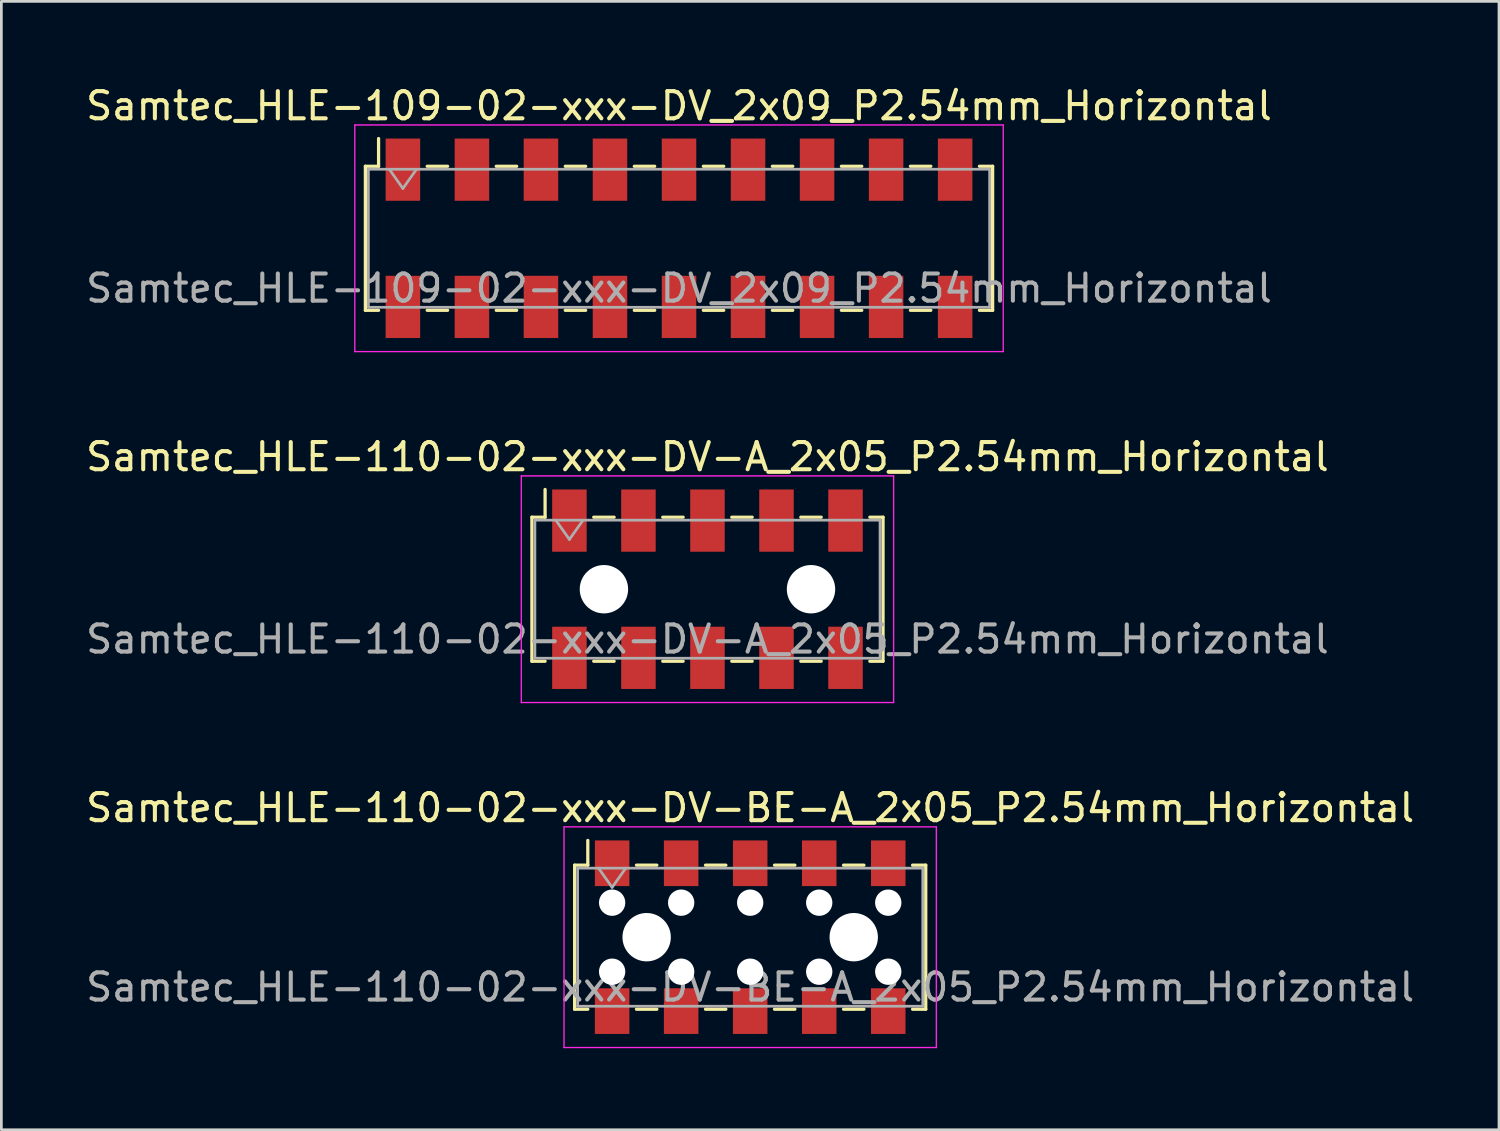
<source format=kicad_pcb>
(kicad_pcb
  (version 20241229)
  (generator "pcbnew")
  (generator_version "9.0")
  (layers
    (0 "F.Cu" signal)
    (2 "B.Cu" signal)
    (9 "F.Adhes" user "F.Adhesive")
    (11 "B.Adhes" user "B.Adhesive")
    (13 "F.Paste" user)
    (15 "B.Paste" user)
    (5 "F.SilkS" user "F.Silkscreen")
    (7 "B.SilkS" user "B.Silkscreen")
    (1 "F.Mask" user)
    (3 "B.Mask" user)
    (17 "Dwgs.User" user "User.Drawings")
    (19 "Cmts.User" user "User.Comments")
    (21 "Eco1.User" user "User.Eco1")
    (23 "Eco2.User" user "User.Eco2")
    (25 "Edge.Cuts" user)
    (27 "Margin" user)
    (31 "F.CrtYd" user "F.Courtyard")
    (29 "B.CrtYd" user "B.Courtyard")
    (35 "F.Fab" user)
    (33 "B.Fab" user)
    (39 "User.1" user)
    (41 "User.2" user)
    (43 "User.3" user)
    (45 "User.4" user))
  (footprint "Samtec_HLE-109-02-xxx-DV_2x09_P2.54mm_Horizontal"
    (layer "F.Cu")
    (at 21.935 5.718)
    (property "Reference" "Samtec_HLE-109-02-xxx-DV_2x09_P2.54mm_Horizontal" (at 0 -4.87 0) (layer "F.SilkS") (effects (font (size 1 1) (thickness 0.15))))
    (attr smd)
    (fp_line (start -11.54 -2.65) (end -11.54 2.65) (stroke (width 0.12) (type solid)) (layer "F.SilkS"))
    (fp_line (start -11.54 2.65) (end -11.055 2.65) (stroke (width 0.12) (type solid)) (layer "F.SilkS"))
    (fp_line (start -11.055 -3.67) (end -11.055 -2.65) (stroke (width 0.12) (type solid)) (layer "F.SilkS"))
    (fp_line (start -11.055 -2.65) (end -11.54 -2.65) (stroke (width 0.12) (type solid)) (layer "F.SilkS"))
    (fp_line (start -9.265 -2.65) (end -8.515 -2.65) (stroke (width 0.12) (type solid)) (layer "F.SilkS"))
    (fp_line (start -9.265 2.65) (end -8.515 2.65) (stroke (width 0.12) (type solid)) (layer "F.SilkS"))
    (fp_line (start -6.725 -2.65) (end -5.975 -2.65) (stroke (width 0.12) (type solid)) (layer "F.SilkS"))
    (fp_line (start -6.725 2.65) (end -5.975 2.65) (stroke (width 0.12) (type solid)) (layer "F.SilkS"))
    (fp_line (start -4.185 -2.65) (end -3.435 -2.65) (stroke (width 0.12) (type solid)) (layer "F.SilkS"))
    (fp_line (start -4.185 2.65) (end -3.435 2.65) (stroke (width 0.12) (type solid)) (layer "F.SilkS"))
    (fp_line (start -1.645 -2.65) (end -0.895 -2.65) (stroke (width 0.12) (type solid)) (layer "F.SilkS"))
    (fp_line (start -1.645 2.65) (end -0.895 2.65) (stroke (width 0.12) (type solid)) (layer "F.SilkS"))
    (fp_line (start 0.895 -2.65) (end 1.645 -2.65) (stroke (width 0.12) (type solid)) (layer "F.SilkS"))
    (fp_line (start 0.895 2.65) (end 1.645 2.65) (stroke (width 0.12) (type solid)) (layer "F.SilkS"))
    (fp_line (start 3.435 -2.65) (end 4.185 -2.65) (stroke (width 0.12) (type solid)) (layer "F.SilkS"))
    (fp_line (start 3.435 2.65) (end 4.185 2.65) (stroke (width 0.12) (type solid)) (layer "F.SilkS"))
    (fp_line (start 5.975 -2.65) (end 6.725 -2.65) (stroke (width 0.12) (type solid)) (layer "F.SilkS"))
    (fp_line (start 5.975 2.65) (end 6.725 2.65) (stroke (width 0.12) (type solid)) (layer "F.SilkS"))
    (fp_line (start 8.515 -2.65) (end 9.265 -2.65) (stroke (width 0.12) (type solid)) (layer "F.SilkS"))
    (fp_line (start 8.515 2.65) (end 9.265 2.65) (stroke (width 0.12) (type solid)) (layer "F.SilkS"))
    (fp_line (start 11.055 -2.65) (end 11.54 -2.65) (stroke (width 0.12) (type solid)) (layer "F.SilkS"))
    (fp_line (start 11.54 -2.65) (end 11.54 2.65) (stroke (width 0.12) (type solid)) (layer "F.SilkS"))
    (fp_line (start 11.54 2.65) (end 11.055 2.65) (stroke (width 0.12) (type solid)) (layer "F.SilkS"))
    (fp_line (start -11.93 -4.17) (end 11.93 -4.17) (stroke (width 0.05) (type solid)) (layer "F.CrtYd"))
    (fp_line (start -11.93 4.17) (end -11.93 -4.17) (stroke (width 0.05) (type solid)) (layer "F.CrtYd"))
    (fp_line (start 11.93 -4.17) (end 11.93 4.17) (stroke (width 0.05) (type solid)) (layer "F.CrtYd"))
    (fp_line (start 11.93 4.17) (end -11.93 4.17) (stroke (width 0.05) (type solid)) (layer "F.CrtYd"))
    (fp_line (start -11.43 -2.54) (end 11.43 -2.54) (stroke (width 0.1) (type solid)) (layer "F.Fab"))
    (fp_line (start -11.43 2.54) (end -11.43 -2.54) (stroke (width 0.1) (type solid)) (layer "F.Fab"))
    (fp_line (start -10.66 -2.54) (end -10.16 -1.833) (stroke (width 0.1) (type solid)) (layer "F.Fab"))
    (fp_line (start -10.16 -1.833) (end -9.66 -2.54) (stroke (width 0.1) (type solid)) (layer "F.Fab"))
    (fp_line (start 11.43 -2.54) (end 11.43 2.54) (stroke (width 0.1) (type solid)) (layer "F.Fab"))
    (fp_line (start 11.43 2.54) (end -11.43 2.54) (stroke (width 0.1) (type solid)) (layer "F.Fab"))
    (fp_text user "${REFERENCE}" (at 0 1.84 0) (layer "F.Fab") (effects (font (size 1 1) (thickness 0.15))))
    (pad "1" smd rect (at -10.16 -2.525) (size 1.27 2.29) (layers "F.Cu" "F.Mask" "F.Paste"))
    (pad "2" smd rect (at -10.16 2.525) (size 1.27 2.29) (layers "F.Cu" "F.Mask" "F.Paste"))
    (pad "3" smd rect (at -7.62 -2.525) (size 1.27 2.29) (layers "F.Cu" "F.Mask" "F.Paste"))
    (pad "4" smd rect (at -7.62 2.525) (size 1.27 2.29) (layers "F.Cu" "F.Mask" "F.Paste"))
    (pad "5" smd rect (at -5.08 -2.525) (size 1.27 2.29) (layers "F.Cu" "F.Mask" "F.Paste"))
    (pad "6" smd rect (at -5.08 2.525) (size 1.27 2.29) (layers "F.Cu" "F.Mask" "F.Paste"))
    (pad "7" smd rect (at -2.54 -2.525) (size 1.27 2.29) (layers "F.Cu" "F.Mask" "F.Paste"))
    (pad "8" smd rect (at -2.54 2.525) (size 1.27 2.29) (layers "F.Cu" "F.Mask" "F.Paste"))
    (pad "9" smd rect (at 0 -2.525) (size 1.27 2.29) (layers "F.Cu" "F.Mask" "F.Paste"))
    (pad "10" smd rect (at 0 2.525) (size 1.27 2.29) (layers "F.Cu" "F.Mask" "F.Paste"))
    (pad "11" smd rect (at 2.54 -2.525) (size 1.27 2.29) (layers "F.Cu" "F.Mask" "F.Paste"))
    (pad "12" smd rect (at 2.54 2.525) (size 1.27 2.29) (layers "F.Cu" "F.Mask" "F.Paste"))
    (pad "13" smd rect (at 5.08 -2.525) (size 1.27 2.29) (layers "F.Cu" "F.Mask" "F.Paste"))
    (pad "14" smd rect (at 5.08 2.525) (size 1.27 2.29) (layers "F.Cu" "F.Mask" "F.Paste"))
    (pad "15" smd rect (at 7.62 -2.525) (size 1.27 2.29) (layers "F.Cu" "F.Mask" "F.Paste"))
    (pad "16" smd rect (at 7.62 2.525) (size 1.27 2.29) (layers "F.Cu" "F.Mask" "F.Paste"))
    (pad "17" smd rect (at 10.16 -2.525) (size 1.27 2.29) (layers "F.Cu" "F.Mask" "F.Paste"))
    (pad "18" smd rect (at 10.16 2.525) (size 1.27 2.29) (layers "F.Cu" "F.Mask" "F.Paste")))
  (footprint "Samtec_HLE-110-02-xxx-DV-BE-A_2x05_P2.54mm_Horizontal"
    (layer "F.Cu")
    (at 24.554 31.435)
    (property "Reference" "Samtec_HLE-110-02-xxx-DV-BE-A_2x05_P2.54mm_Horizontal" (at 0 -4.76 0) (layer "F.SilkS") (effects (font (size 1 1) (thickness 0.15))))
    (attr smd)
    (fp_line (start -6.46 -2.65) (end -6.46 2.65) (stroke (width 0.12) (type solid)) (layer "F.SilkS"))
    (fp_line (start -6.46 2.65) (end -5.975 2.65) (stroke (width 0.12) (type solid)) (layer "F.SilkS"))
    (fp_line (start -5.975 -3.56) (end -5.975 -2.65) (stroke (width 0.12) (type solid)) (layer "F.SilkS"))
    (fp_line (start -5.975 -2.65) (end -6.46 -2.65) (stroke (width 0.12) (type solid)) (layer "F.SilkS"))
    (fp_line (start -4.185 -2.65) (end -3.435 -2.65) (stroke (width 0.12) (type solid)) (layer "F.SilkS"))
    (fp_line (start -4.185 2.65) (end -3.435 2.65) (stroke (width 0.12) (type solid)) (layer "F.SilkS"))
    (fp_line (start -1.645 -2.65) (end -0.895 -2.65) (stroke (width 0.12) (type solid)) (layer "F.SilkS"))
    (fp_line (start -1.645 2.65) (end -0.895 2.65) (stroke (width 0.12) (type solid)) (layer "F.SilkS"))
    (fp_line (start 0.895 -2.65) (end 1.645 -2.65) (stroke (width 0.12) (type solid)) (layer "F.SilkS"))
    (fp_line (start 0.895 2.65) (end 1.645 2.65) (stroke (width 0.12) (type solid)) (layer "F.SilkS"))
    (fp_line (start 3.435 -2.65) (end 4.185 -2.65) (stroke (width 0.12) (type solid)) (layer "F.SilkS"))
    (fp_line (start 3.435 2.65) (end 4.185 2.65) (stroke (width 0.12) (type solid)) (layer "F.SilkS"))
    (fp_line (start 5.975 -2.65) (end 6.46 -2.65) (stroke (width 0.12) (type solid)) (layer "F.SilkS"))
    (fp_line (start 6.46 -2.65) (end 6.46 2.65) (stroke (width 0.12) (type solid)) (layer "F.SilkS"))
    (fp_line (start 6.46 2.65) (end 5.975 2.65) (stroke (width 0.12) (type solid)) (layer "F.SilkS"))
    (fp_line (start -6.85 -4.06) (end 6.85 -4.06) (stroke (width 0.05) (type solid)) (layer "F.CrtYd"))
    (fp_line (start -6.85 4.06) (end -6.85 -4.06) (stroke (width 0.05) (type solid)) (layer "F.CrtYd"))
    (fp_line (start 6.85 -4.06) (end 6.85 4.06) (stroke (width 0.05) (type solid)) (layer "F.CrtYd"))
    (fp_line (start 6.85 4.06) (end -6.85 4.06) (stroke (width 0.05) (type solid)) (layer "F.CrtYd"))
    (fp_line (start -6.35 -2.54) (end 6.35 -2.54) (stroke (width 0.1) (type solid)) (layer "F.Fab"))
    (fp_line (start -6.35 2.54) (end -6.35 -2.54) (stroke (width 0.1) (type solid)) (layer "F.Fab"))
    (fp_line (start -5.58 -2.54) (end -5.08 -1.833) (stroke (width 0.1) (type solid)) (layer "F.Fab"))
    (fp_line (start -5.08 -1.833) (end -4.58 -2.54) (stroke (width 0.1) (type solid)) (layer "F.Fab"))
    (fp_line (start 6.35 -2.54) (end 6.35 2.54) (stroke (width 0.1) (type solid)) (layer "F.Fab"))
    (fp_line (start 6.35 2.54) (end -6.35 2.54) (stroke (width 0.1) (type solid)) (layer "F.Fab"))
    (fp_text user "${REFERENCE}" (at 0 1.84 0) (layer "F.Fab") (effects (font (size 1 1) (thickness 0.15))))
    (pad "" np_thru_hole circle (at -5.08 -1.27) (size 0.97 0.97) (drill 0.97) (layers "*.Cu" "*.Mask"))
    (pad "" np_thru_hole circle (at -5.08 1.27) (size 0.97 0.97) (drill 0.97) (layers "*.Cu" "*.Mask"))
    (pad "" np_thru_hole circle (at -3.81 0) (size 1.78 1.78) (drill 1.78) (layers "*.Cu" "*.Mask"))
    (pad "" np_thru_hole circle (at -2.54 -1.27) (size 0.97 0.97) (drill 0.97) (layers "*.Cu" "*.Mask"))
    (pad "" np_thru_hole circle (at -2.54 1.27) (size 0.97 0.97) (drill 0.97) (layers "*.Cu" "*.Mask"))
    (pad "" np_thru_hole circle (at 0 -1.27) (size 0.97 0.97) (drill 0.97) (layers "*.Cu" "*.Mask"))
    (pad "" np_thru_hole circle (at 0 1.27) (size 0.97 0.97) (drill 0.97) (layers "*.Cu" "*.Mask"))
    (pad "" np_thru_hole circle (at 2.54 -1.27) (size 0.97 0.97) (drill 0.97) (layers "*.Cu" "*.Mask"))
    (pad "" np_thru_hole circle (at 2.54 1.27) (size 0.97 0.97) (drill 0.97) (layers "*.Cu" "*.Mask"))
    (pad "" np_thru_hole circle (at 3.81 0) (size 1.78 1.78) (drill 1.78) (layers "*.Cu" "*.Mask"))
    (pad "" np_thru_hole circle (at 5.08 -1.27) (size 0.97 0.97) (drill 0.97) (layers "*.Cu" "*.Mask"))
    (pad "" np_thru_hole circle (at 5.08 1.27) (size 0.97 0.97) (drill 0.97) (layers "*.Cu" "*.Mask"))
    (pad "1" smd rect (at -5.08 -2.72) (size 1.27 1.68) (layers "F.Cu" "F.Mask" "F.Paste"))
    (pad "2" smd rect (at -5.08 2.72) (size 1.27 1.68) (layers "F.Cu" "F.Mask" "F.Paste"))
    (pad "3" smd rect (at -2.54 -2.72) (size 1.27 1.68) (layers "F.Cu" "F.Mask" "F.Paste"))
    (pad "4" smd rect (at -2.54 2.72) (size 1.27 1.68) (layers "F.Cu" "F.Mask" "F.Paste"))
    (pad "5" smd rect (at 0 -2.72) (size 1.27 1.68) (layers "F.Cu" "F.Mask" "F.Paste"))
    (pad "6" smd rect (at 0 2.72) (size 1.27 1.68) (layers "F.Cu" "F.Mask" "F.Paste"))
    (pad "7" smd rect (at 2.54 -2.72) (size 1.27 1.68) (layers "F.Cu" "F.Mask" "F.Paste"))
    (pad "8" smd rect (at 2.54 2.72) (size 1.27 1.68) (layers "F.Cu" "F.Mask" "F.Paste"))
    (pad "9" smd rect (at 5.08 -2.72) (size 1.27 1.68) (layers "F.Cu" "F.Mask" "F.Paste"))
    (pad "10" smd rect (at 5.08 2.72) (size 1.27 1.68) (layers "F.Cu" "F.Mask" "F.Paste")))
  (footprint "Samtec_HLE-110-02-xxx-DV-A_2x05_P2.54mm_Horizontal"
    (layer "F.Cu")
    (at 22.982 18.631)
    (property "Reference" "Samtec_HLE-110-02-xxx-DV-A_2x05_P2.54mm_Horizontal" (at 0 -4.87 0) (layer "F.SilkS") (effects (font (size 1 1) (thickness 0.15))))
    (attr smd)
    (fp_line (start -6.46 -2.65) (end -6.46 2.65) (stroke (width 0.12) (type solid)) (layer "F.SilkS"))
    (fp_line (start -6.46 2.65) (end -5.975 2.65) (stroke (width 0.12) (type solid)) (layer "F.SilkS"))
    (fp_line (start -5.975 -3.67) (end -5.975 -2.65) (stroke (width 0.12) (type solid)) (layer "F.SilkS"))
    (fp_line (start -5.975 -2.65) (end -6.46 -2.65) (stroke (width 0.12) (type solid)) (layer "F.SilkS"))
    (fp_line (start -4.185 -2.65) (end -3.435 -2.65) (stroke (width 0.12) (type solid)) (layer "F.SilkS"))
    (fp_line (start -4.185 2.65) (end -3.435 2.65) (stroke (width 0.12) (type solid)) (layer "F.SilkS"))
    (fp_line (start -1.645 -2.65) (end -0.895 -2.65) (stroke (width 0.12) (type solid)) (layer "F.SilkS"))
    (fp_line (start -1.645 2.65) (end -0.895 2.65) (stroke (width 0.12) (type solid)) (layer "F.SilkS"))
    (fp_line (start 0.895 -2.65) (end 1.645 -2.65) (stroke (width 0.12) (type solid)) (layer "F.SilkS"))
    (fp_line (start 0.895 2.65) (end 1.645 2.65) (stroke (width 0.12) (type solid)) (layer "F.SilkS"))
    (fp_line (start 3.435 -2.65) (end 4.185 -2.65) (stroke (width 0.12) (type solid)) (layer "F.SilkS"))
    (fp_line (start 3.435 2.65) (end 4.185 2.65) (stroke (width 0.12) (type solid)) (layer "F.SilkS"))
    (fp_line (start 5.975 -2.65) (end 6.46 -2.65) (stroke (width 0.12) (type solid)) (layer "F.SilkS"))
    (fp_line (start 6.46 -2.65) (end 6.46 2.65) (stroke (width 0.12) (type solid)) (layer "F.SilkS"))
    (fp_line (start 6.46 2.65) (end 5.975 2.65) (stroke (width 0.12) (type solid)) (layer "F.SilkS"))
    (fp_line (start -6.85 -4.17) (end 6.85 -4.17) (stroke (width 0.05) (type solid)) (layer "F.CrtYd"))
    (fp_line (start -6.85 4.17) (end -6.85 -4.17) (stroke (width 0.05) (type solid)) (layer "F.CrtYd"))
    (fp_line (start 6.85 -4.17) (end 6.85 4.17) (stroke (width 0.05) (type solid)) (layer "F.CrtYd"))
    (fp_line (start 6.85 4.17) (end -6.85 4.17) (stroke (width 0.05) (type solid)) (layer "F.CrtYd"))
    (fp_line (start -6.35 -2.54) (end 6.35 -2.54) (stroke (width 0.1) (type solid)) (layer "F.Fab"))
    (fp_line (start -6.35 2.54) (end -6.35 -2.54) (stroke (width 0.1) (type solid)) (layer "F.Fab"))
    (fp_line (start -5.58 -2.54) (end -5.08 -1.833) (stroke (width 0.1) (type solid)) (layer "F.Fab"))
    (fp_line (start -5.08 -1.833) (end -4.58 -2.54) (stroke (width 0.1) (type solid)) (layer "F.Fab"))
    (fp_line (start 6.35 -2.54) (end 6.35 2.54) (stroke (width 0.1) (type solid)) (layer "F.Fab"))
    (fp_line (start 6.35 2.54) (end -6.35 2.54) (stroke (width 0.1) (type solid)) (layer "F.Fab"))
    (fp_text user "${REFERENCE}" (at 0 1.84 0) (layer "F.Fab") (effects (font (size 1 1) (thickness 0.15))))
    (pad "" np_thru_hole circle (at -3.81 0) (size 1.78 1.78) (drill 1.78) (layers "*.Cu" "*.Mask"))
    (pad "" np_thru_hole circle (at 3.81 0) (size 1.78 1.78) (drill 1.78) (layers "*.Cu" "*.Mask"))
    (pad "1" smd rect (at -5.08 -2.525) (size 1.27 2.29) (layers "F.Cu" "F.Mask" "F.Paste"))
    (pad "2" smd rect (at -5.08 2.525) (size 1.27 2.29) (layers "F.Cu" "F.Mask" "F.Paste"))
    (pad "3" smd rect (at -2.54 -2.525) (size 1.27 2.29) (layers "F.Cu" "F.Mask" "F.Paste"))
    (pad "4" smd rect (at -2.54 2.525) (size 1.27 2.29) (layers "F.Cu" "F.Mask" "F.Paste"))
    (pad "5" smd rect (at 0 -2.525) (size 1.27 2.29) (layers "F.Cu" "F.Mask" "F.Paste"))
    (pad "6" smd rect (at 0 2.525) (size 1.27 2.29) (layers "F.Cu" "F.Mask" "F.Paste"))
    (pad "7" smd rect (at 2.54 -2.525) (size 1.27 2.29) (layers "F.Cu" "F.Mask" "F.Paste"))
    (pad "8" smd rect (at 2.54 2.525) (size 1.27 2.29) (layers "F.Cu" "F.Mask" "F.Paste"))
    (pad "9" smd rect (at 5.08 -2.525) (size 1.27 2.29) (layers "F.Cu" "F.Mask" "F.Paste"))
    (pad "10" smd rect (at 5.08 2.525) (size 1.27 2.29) (layers "F.Cu" "F.Mask" "F.Paste")))
  (gr_rect
    (start -3 -3)
    (end 52.107 38.52)
    (stroke (width 0.1) (type default))
    (fill no)
    (layer "Edge.Cuts")))
</source>
